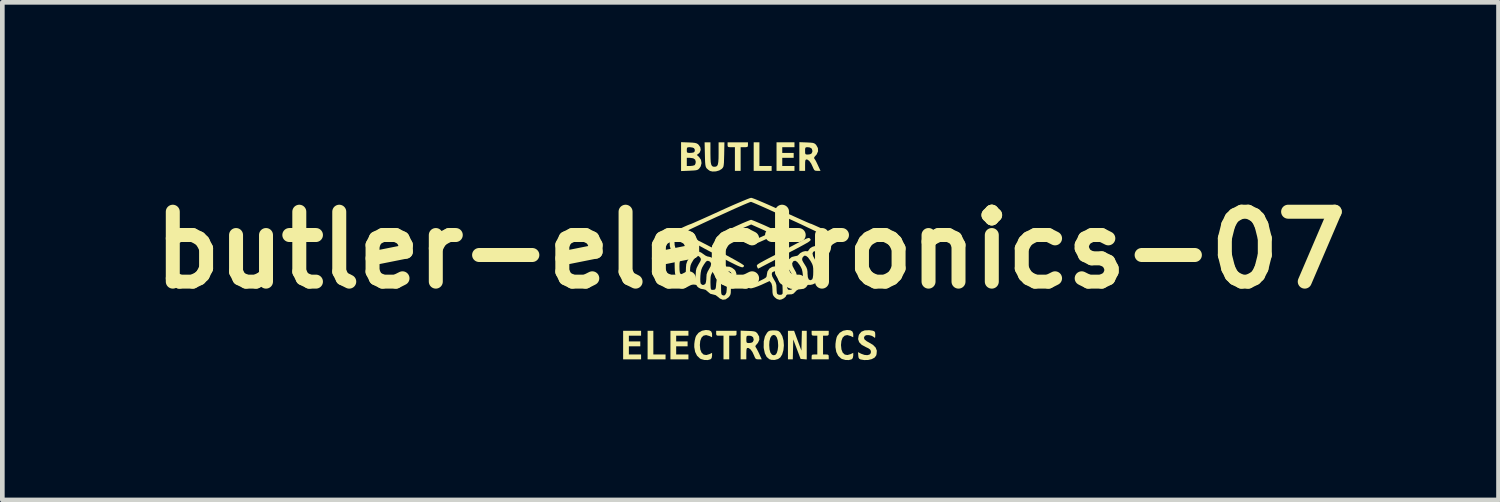
<source format=kicad_pcb>
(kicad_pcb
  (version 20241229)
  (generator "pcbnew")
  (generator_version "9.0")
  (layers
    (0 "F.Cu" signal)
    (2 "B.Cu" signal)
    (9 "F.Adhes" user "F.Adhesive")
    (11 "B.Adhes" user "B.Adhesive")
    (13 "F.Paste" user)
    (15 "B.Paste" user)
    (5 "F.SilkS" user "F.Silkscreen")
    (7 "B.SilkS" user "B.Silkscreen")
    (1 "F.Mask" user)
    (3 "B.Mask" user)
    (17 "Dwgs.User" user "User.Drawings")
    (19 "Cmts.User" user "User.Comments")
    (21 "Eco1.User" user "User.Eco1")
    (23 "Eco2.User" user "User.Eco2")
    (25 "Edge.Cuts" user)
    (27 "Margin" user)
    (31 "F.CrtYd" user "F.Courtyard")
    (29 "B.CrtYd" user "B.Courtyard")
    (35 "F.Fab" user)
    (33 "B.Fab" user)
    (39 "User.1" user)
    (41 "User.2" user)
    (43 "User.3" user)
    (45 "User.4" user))
  (footprint "butler-electronics-07"
    (layer "F.Cu")
    (at 13.05 2.314)
    (property "Reference" "butler-electronics-07" (at 0 0 0) (layer "F.SilkS") (effects (font (size 1.5 1.5) (thickness 0.3))))
    (attr board_only exclude_from_pos_files exclude_from_bom)
    (fp_poly (pts (xy -2.083 1.987) (xy -2.083 2.241) (xy -1.952 2.241) (xy -1.821 2.241) (xy -1.821 2.293) (xy -1.821 2.346) (xy -2.013 2.346) (xy -2.206 2.346) (xy -2.206 2.039) (xy -2.206 1.733) (xy -2.144 1.733) (xy -2.083 1.733)) (stroke (width 0) (type solid)) (fill yes) (layer "F.SilkS"))
    (fp_poly (pts (xy 0.193 -2.057) (xy 0.193 -1.803) (xy 0.324 -1.803) (xy 0.455 -1.803) (xy 0.455 -1.751) (xy 0.455 -1.698) (xy 0.263 -1.698) (xy 0.07 -1.698) (xy 0.07 -2.004) (xy 0.07 -2.311) (xy 0.131 -2.311) (xy 0.193 -2.311)) (stroke (width 0) (type solid)) (fill yes) (layer "F.SilkS"))
    (fp_poly (pts (xy -0.298 1.786) (xy -0.3 1.818) (xy -0.313 1.833) (xy -0.347 1.838) (xy -0.376 1.838) (xy -0.455 1.838) (xy -0.455 2.092) (xy -0.455 2.346) (xy -0.516 2.346) (xy -0.578 2.346) (xy -0.578 2.092) (xy -0.578 1.838) (xy -0.656 1.838) (xy -0.705 1.837) (xy -0.728 1.828) (xy -0.735 1.805) (xy -0.735 1.786) (xy -0.735 1.733) (xy -0.516 1.733) (xy -0.298 1.733)) (stroke (width 0) (type solid)) (fill yes) (layer "F.SilkS"))
    (fp_poly (pts (xy -0.053 -2.258) (xy -0.055 -2.226) (xy -0.068 -2.211) (xy -0.102 -2.206) (xy -0.131 -2.206) (xy -0.21 -2.206) (xy -0.21 -1.952) (xy -0.21 -1.698) (xy -0.271 -1.698) (xy -0.333 -1.698) (xy -0.333 -1.952) (xy -0.333 -2.206) (xy -0.411 -2.206) (xy -0.46 -2.207) (xy -0.483 -2.216) (xy -0.49 -2.238) (xy -0.49 -2.258) (xy -0.49 -2.311) (xy -0.271 -2.311) (xy -0.053 -2.311)) (stroke (width 0) (type solid)) (fill yes) (layer "F.SilkS"))
    (fp_poly (pts (xy 1.208 2.04) (xy 1.208 2.348) (xy 1.142 2.342) (xy 1.077 2.337) (xy 0.998 2.128) (xy 0.919 1.918) (xy 0.914 2.132) (xy 0.909 2.346) (xy 0.857 2.346) (xy 0.805 2.346) (xy 0.805 2.039) (xy 0.805 1.733) (xy 0.871 1.733) (xy 0.937 1.733) (xy 1.015 1.946) (xy 1.094 2.158) (xy 1.099 1.945) (xy 1.104 1.733) (xy 1.156 1.733) (xy 1.208 1.733)) (stroke (width 0) (type solid)) (fill yes) (layer "F.SilkS"))
    (fp_poly (pts (xy -2.346 1.786) (xy -2.346 1.838) (xy -2.477 1.838) (xy -2.608 1.838) (xy -2.608 1.899) (xy -2.608 1.961) (xy -2.486 1.961) (xy -2.363 1.961) (xy -2.363 2.013) (xy -2.363 2.066) (xy -2.486 2.066) (xy -2.608 2.066) (xy -2.608 2.153) (xy -2.608 2.241) (xy -2.477 2.241) (xy -2.346 2.241) (xy -2.346 2.293) (xy -2.346 2.346) (xy -2.538 2.346) (xy -2.731 2.346) (xy -2.731 2.039) (xy -2.731 1.733) (xy -2.538 1.733) (xy -2.346 1.733)) (stroke (width 0) (type solid)) (fill yes) (layer "F.SilkS"))
    (fp_poly (pts (xy -1.33 1.786) (xy -1.33 1.838) (xy -1.462 1.838) (xy -1.593 1.838) (xy -1.593 1.899) (xy -1.593 1.961) (xy -1.47 1.961) (xy -1.348 1.961) (xy -1.348 2.013) (xy -1.348 2.066) (xy -1.47 2.066) (xy -1.593 2.066) (xy -1.593 2.153) (xy -1.593 2.241) (xy -1.462 2.241) (xy -1.33 2.241) (xy -1.33 2.293) (xy -1.33 2.346) (xy -1.523 2.346) (xy -1.716 2.346) (xy -1.716 2.039) (xy -1.716 1.733) (xy -1.523 1.733) (xy -1.33 1.733)) (stroke (width 0) (type solid)) (fill yes) (layer "F.SilkS"))
    (fp_poly (pts (xy 0.945 -2.258) (xy 0.945 -2.206) (xy 0.814 -2.206) (xy 0.683 -2.206) (xy 0.683 -2.144) (xy 0.683 -2.083) (xy 0.805 -2.083) (xy 0.928 -2.083) (xy 0.928 -2.031) (xy 0.928 -1.978) (xy 0.805 -1.978) (xy 0.683 -1.978) (xy 0.683 -1.891) (xy 0.683 -1.803) (xy 0.814 -1.803) (xy 0.945 -1.803) (xy 0.945 -1.751) (xy 0.945 -1.698) (xy 0.753 -1.698) (xy 0.56 -1.698) (xy 0.56 -2.004) (xy 0.56 -2.311) (xy 0.753 -2.311) (xy 0.945 -2.311)) (stroke (width 0) (type solid)) (fill yes) (layer "F.SilkS"))
    (fp_poly (pts (xy 1.68 1.786) (xy 1.677 1.821) (xy 1.66 1.835) (xy 1.619 1.838) (xy 1.558 1.838) (xy 1.558 2.039) (xy 1.558 2.241) (xy 1.619 2.241) (xy 1.66 2.244) (xy 1.677 2.258) (xy 1.68 2.293) (xy 1.68 2.346) (xy 1.497 2.346) (xy 1.313 2.346) (xy 1.313 2.293) (xy 1.316 2.258) (xy 1.334 2.243) (xy 1.374 2.241) (xy 1.435 2.241) (xy 1.435 2.039) (xy 1.435 1.838) (xy 1.374 1.838) (xy 1.333 1.835) (xy 1.316 1.82) (xy 1.313 1.786) (xy 1.313 1.733) (xy 1.497 1.733) (xy 1.68 1.733)) (stroke (width 0) (type solid)) (fill yes) (layer "F.SilkS"))
    (fp_poly (pts (xy -0.886 1.722) (xy -0.843 1.745) (xy -0.824 1.787) (xy -0.823 1.812) (xy -0.823 1.872) (xy -0.882 1.844) (xy -0.951 1.825) (xy -1.008 1.838) (xy -1.05 1.88) (xy -1.077 1.95) (xy -1.085 2.039) (xy -1.076 2.134) (xy -1.048 2.202) (xy -1.005 2.243) (xy -0.947 2.253) (xy -0.882 2.235) (xy -0.823 2.206) (xy -0.823 2.267) (xy -0.832 2.319) (xy -0.857 2.345) (xy -0.917 2.361) (xy -0.99 2.359) (xy -1.061 2.339) (xy -1.082 2.328) (xy -1.145 2.269) (xy -1.186 2.187) (xy -1.205 2.083) (xy -1.204 2.014) (xy -1.195 1.944) (xy -1.18 1.879) (xy -1.166 1.842) (xy -1.114 1.776) (xy -1.04 1.732) (xy -0.957 1.716)) (stroke (width 0) (type solid)) (fill yes) (layer "F.SilkS"))
    (fp_poly (pts (xy 2.142 1.722) (xy 2.185 1.745) (xy 2.204 1.787) (xy 2.206 1.812) (xy 2.206 1.872) (xy 2.146 1.844) (xy 2.077 1.825) (xy 2.021 1.838) (xy 1.978 1.88) (xy 1.952 1.95) (xy 1.943 2.039) (xy 1.953 2.134) (xy 1.98 2.202) (xy 2.024 2.243) (xy 2.081 2.253) (xy 2.146 2.235) (xy 2.206 2.206) (xy 2.206 2.267) (xy 2.196 2.319) (xy 2.172 2.345) (xy 2.111 2.361) (xy 2.038 2.359) (xy 1.968 2.339) (xy 1.946 2.328) (xy 1.883 2.269) (xy 1.842 2.187) (xy 1.824 2.083) (xy 1.825 2.014) (xy 1.834 1.944) (xy 1.848 1.879) (xy 1.863 1.842) (xy 1.915 1.776) (xy 1.988 1.732) (xy 2.071 1.716)) (stroke (width 0) (type solid)) (fill yes) (layer "F.SilkS"))
    (fp_poly (pts (xy 1.27 -0.253) (xy 1.274 -0.248) (xy 1.283 -0.238) (xy 1.29 -0.228) (xy 1.292 -0.219) (xy 1.288 -0.208) (xy 1.274 -0.194) (xy 1.25 -0.175) (xy 1.211 -0.151) (xy 1.156 -0.12) (xy 1.083 -0.08) (xy 0.99 -0.03) (xy 0.873 0.031) (xy 0.731 0.106) (xy 0.561 0.194) (xy 0.48 0.236) (xy 0.163 0.401) (xy 0.143 0.359) (xy 0.138 0.344) (xy 0.138 0.33) (xy 0.15 0.314) (xy 0.176 0.295) (xy 0.219 0.269) (xy 0.285 0.233) (xy 0.377 0.184) (xy 0.416 0.164) (xy 0.535 0.102) (xy 0.669 0.031) (xy 0.804 -0.04) (xy 0.928 -0.105) (xy 0.98 -0.133) (xy 1.079 -0.184) (xy 1.151 -0.221) (xy 1.202 -0.245) (xy 1.236 -0.256) (xy 1.257 -0.259)) (stroke (width 0) (type solid)) (fill yes) (layer "F.SilkS"))
    (fp_poly (pts (xy -1.226 -0.249) (xy -1.19 -0.235) (xy -1.139 -0.212) (xy -1.069 -0.178) (xy -0.978 -0.131) (xy -0.862 -0.071) (xy -0.72 0.004) (xy -0.691 0.019) (xy -0.543 0.097) (xy -0.415 0.167) (xy -0.308 0.226) (xy -0.225 0.274) (xy -0.169 0.309) (xy -0.14 0.331) (xy -0.137 0.336) (xy -0.143 0.353) (xy -0.152 0.365) (xy -0.167 0.371) (xy -0.191 0.368) (xy -0.228 0.356) (xy -0.28 0.334) (xy -0.351 0.3) (xy -0.443 0.254) (xy -0.559 0.194) (xy -0.703 0.119) (xy -0.725 0.107) (xy -0.854 0.039) (xy -0.973 -0.024) (xy -1.077 -0.081) (xy -1.165 -0.129) (xy -1.232 -0.167) (xy -1.275 -0.192) (xy -1.29 -0.203) (xy -1.285 -0.229) (xy -1.274 -0.248) (xy -1.265 -0.254) (xy -1.25 -0.255)) (stroke (width 0) (type solid)) (fill yes) (layer "F.SilkS"))
    (fp_poly (pts (xy -0.858 -2.076) (xy -0.856 -1.967) (xy -0.852 -1.889) (xy -0.842 -1.837) (xy -0.826 -1.805) (xy -0.802 -1.789) (xy -0.77 -1.786) (xy -0.738 -1.79) (xy -0.714 -1.806) (xy -0.698 -1.838) (xy -0.689 -1.891) (xy -0.684 -1.97) (xy -0.683 -2.076) (xy -0.683 -2.311) (xy -0.62 -2.311) (xy -0.558 -2.311) (xy -0.563 -2.048) (xy -0.566 -1.947) (xy -0.568 -1.875) (xy -0.573 -1.825) (xy -0.579 -1.792) (xy -0.59 -1.769) (xy -0.605 -1.751) (xy -0.615 -1.74) (xy -0.669 -1.707) (xy -0.74 -1.687) (xy -0.813 -1.684) (xy -0.867 -1.696) (xy -0.904 -1.721) (xy -0.937 -1.75) (xy -0.95 -1.769) (xy -0.96 -1.794) (xy -0.967 -1.83) (xy -0.972 -1.885) (xy -0.975 -1.963) (xy -0.977 -2.05) (xy -0.983 -2.311) (xy -0.92 -2.311) (xy -0.858 -2.311)) (stroke (width 0) (type solid)) (fill yes) (layer "F.SilkS"))
    (fp_poly (pts (xy 0.559 1.727) (xy 0.597 1.736) (xy 0.627 1.758) (xy 0.64 1.772) (xy 0.684 1.847) (xy 0.71 1.942) (xy 0.718 2.046) (xy 0.708 2.149) (xy 0.681 2.241) (xy 0.642 2.304) (xy 0.592 2.339) (xy 0.524 2.358) (xy 0.453 2.357) (xy 0.404 2.342) (xy 0.348 2.293) (xy 0.309 2.215) (xy 0.287 2.112) (xy 0.284 2.086) (xy 0.285 2.039) (xy 0.403 2.039) (xy 0.41 2.133) (xy 0.43 2.203) (xy 0.463 2.246) (xy 0.499 2.258) (xy 0.534 2.25) (xy 0.56 2.219) (xy 0.57 2.197) (xy 0.585 2.144) (xy 0.594 2.076) (xy 0.595 2.039) (xy 0.588 1.946) (xy 0.567 1.876) (xy 0.535 1.833) (xy 0.499 1.821) (xy 0.458 1.837) (xy 0.427 1.884) (xy 0.408 1.957) (xy 0.403 2.039) (xy 0.285 2.039) (xy 0.286 1.959) (xy 0.311 1.853) (xy 0.358 1.773) (xy 0.358 1.773) (xy 0.387 1.744) (xy 0.42 1.73) (xy 0.469 1.725) (xy 0.499 1.724)) (stroke (width 0) (type solid)) (fill yes) (layer "F.SilkS"))
    (fp_poly (pts (xy 2.557 1.721) (xy 2.62 1.73) (xy 2.657 1.743) (xy 2.674 1.767) (xy 2.678 1.807) (xy 2.678 1.824) (xy 2.677 1.869) (xy 2.671 1.884) (xy 2.655 1.875) (xy 2.645 1.866) (xy 2.6 1.84) (xy 2.545 1.826) (xy 2.492 1.826) (xy 2.455 1.841) (xy 2.453 1.844) (xy 2.435 1.883) (xy 2.449 1.92) (xy 2.496 1.958) (xy 2.538 1.981) (xy 2.629 2.035) (xy 2.687 2.094) (xy 2.712 2.16) (xy 2.706 2.235) (xy 2.696 2.267) (xy 2.662 2.31) (xy 2.603 2.341) (xy 2.526 2.359) (xy 2.441 2.361) (xy 2.363 2.348) (xy 2.334 2.333) (xy 2.319 2.305) (xy 2.314 2.263) (xy 2.309 2.191) (xy 2.375 2.225) (xy 2.445 2.25) (xy 2.507 2.256) (xy 2.555 2.243) (xy 2.583 2.212) (xy 2.585 2.167) (xy 2.585 2.167) (xy 2.568 2.135) (xy 2.53 2.108) (xy 2.477 2.083) (xy 2.388 2.035) (xy 2.333 1.978) (xy 2.31 1.911) (xy 2.322 1.837) (xy 2.336 1.805) (xy 2.382 1.752) (xy 2.452 1.724) (xy 2.543 1.72)) (stroke (width 0) (type solid)) (fill yes) (layer "F.SilkS"))
    (fp_poly (pts (xy -0.051 1.736) (xy 0.025 1.739) (xy 0.076 1.745) (xy 0.108 1.754) (xy 0.131 1.771) (xy 0.15 1.791) (xy 0.187 1.857) (xy 0.191 1.926) (xy 0.161 1.992) (xy 0.143 2.013) (xy 0.112 2.049) (xy 0.106 2.072) (xy 0.114 2.086) (xy 0.131 2.113) (xy 0.157 2.162) (xy 0.187 2.222) (xy 0.189 2.228) (xy 0.243 2.346) (xy 0.177 2.346) (xy 0.135 2.343) (xy 0.11 2.33) (xy 0.091 2.296) (xy 0.08 2.268) (xy 0.043 2.188) (xy 0.002 2.132) (xy -0.039 2.103) (xy -0.054 2.101) (xy -0.072 2.104) (xy -0.082 2.12) (xy -0.086 2.156) (xy -0.088 2.218) (xy -0.088 2.223) (xy -0.088 2.346) (xy -0.149 2.346) (xy -0.21 2.346) (xy -0.21 2.038) (xy -0.21 1.917) (xy -0.088 1.917) (xy -0.086 1.965) (xy -0.077 1.988) (xy -0.054 1.995) (xy -0.03 1.996) (xy 0.017 1.99) (xy 0.049 1.975) (xy 0.049 1.975) (xy 0.067 1.94) (xy 0.07 1.917) (xy 0.056 1.869) (xy 0.015 1.843) (xy -0.03 1.838) (xy -0.065 1.84) (xy -0.082 1.852) (xy -0.087 1.884) (xy -0.088 1.917) (xy -0.21 1.917) (xy -0.21 1.73)) (stroke (width 0) (type solid)) (fill yes) (layer "F.SilkS"))
    (fp_poly (pts (xy 1.209 -2.308) (xy 1.286 -2.304) (xy 1.336 -2.299) (xy 1.368 -2.289) (xy 1.392 -2.273) (xy 1.411 -2.253) (xy 1.448 -2.187) (xy 1.451 -2.118) (xy 1.422 -2.052) (xy 1.403 -2.03) (xy 1.372 -1.995) (xy 1.366 -1.971) (xy 1.374 -1.957) (xy 1.392 -1.931) (xy 1.418 -1.882) (xy 1.447 -1.821) (xy 1.449 -1.816) (xy 1.504 -1.698) (xy 1.437 -1.698) (xy 1.395 -1.701) (xy 1.371 -1.714) (xy 1.352 -1.748) (xy 1.34 -1.776) (xy 1.303 -1.855) (xy 1.262 -1.912) (xy 1.222 -1.94) (xy 1.207 -1.943) (xy 1.189 -1.939) (xy 1.179 -1.924) (xy 1.174 -1.888) (xy 1.173 -1.825) (xy 1.173 -1.821) (xy 1.173 -1.698) (xy 1.112 -1.698) (xy 1.05 -1.698) (xy 1.05 -2.006) (xy 1.05 -2.127) (xy 1.173 -2.127) (xy 1.174 -2.078) (xy 1.183 -2.056) (xy 1.206 -2.049) (xy 1.231 -2.048) (xy 1.277 -2.054) (xy 1.309 -2.069) (xy 1.309 -2.069) (xy 1.327 -2.103) (xy 1.33 -2.127) (xy 1.317 -2.174) (xy 1.275 -2.2) (xy 1.231 -2.206) (xy 1.195 -2.204) (xy 1.178 -2.192) (xy 1.173 -2.16) (xy 1.173 -2.127) (xy 1.05 -2.127) (xy 1.05 -2.314)) (stroke (width 0) (type solid)) (fill yes) (layer "F.SilkS"))
    (fp_poly (pts (xy -1.323 -2.308) (xy -1.243 -2.304) (xy -1.19 -2.298) (xy -1.154 -2.288) (xy -1.127 -2.272) (xy -1.113 -2.259) (xy -1.076 -2.206) (xy -1.067 -2.148) (xy -1.086 -2.095) (xy -1.109 -2.071) (xy -1.15 -2.04) (xy -1.1 -1.993) (xy -1.06 -1.934) (xy -1.049 -1.864) (xy -1.067 -1.794) (xy -1.092 -1.757) (xy -1.113 -1.734) (xy -1.136 -1.72) (xy -1.168 -1.711) (xy -1.219 -1.706) (xy -1.294 -1.702) (xy -1.311 -1.701) (xy -1.488 -1.694) (xy -1.488 -1.978) (xy -1.365 -1.978) (xy -1.365 -1.891) (xy -1.365 -1.803) (xy -1.29 -1.803) (xy -1.239 -1.808) (xy -1.201 -1.819) (xy -1.194 -1.824) (xy -1.178 -1.856) (xy -1.173 -1.893) (xy -1.186 -1.94) (xy -1.228 -1.968) (xy -1.299 -1.978) (xy -1.303 -1.978) (xy -1.365 -1.978) (xy -1.488 -1.978) (xy -1.488 -2.004) (xy -1.488 -2.144) (xy -1.365 -2.144) (xy -1.363 -2.103) (xy -1.347 -2.086) (xy -1.309 -2.083) (xy -1.306 -2.083) (xy -1.256 -2.086) (xy -1.219 -2.093) (xy -1.218 -2.094) (xy -1.194 -2.118) (xy -1.194 -2.155) (xy -1.211 -2.185) (xy -1.242 -2.198) (xy -1.289 -2.205) (xy -1.299 -2.206) (xy -1.342 -2.204) (xy -1.361 -2.191) (xy -1.365 -2.158) (xy -1.365 -2.144) (xy -1.488 -2.144) (xy -1.488 -2.314)) (stroke (width 0) (type solid)) (fill yes) (layer "F.SilkS"))
    (fp_poly (pts (xy 0.037 -0.641) (xy 0.087 -0.622) (xy 0.156 -0.593) (xy 0.24 -0.557) (xy 0.3 -0.531) (xy 0.413 -0.479) (xy 0.494 -0.439) (xy 0.543 -0.405) (xy 0.56 -0.375) (xy 0.545 -0.345) (xy 0.498 -0.312) (xy 0.419 -0.272) (xy 0.309 -0.221) (xy 0.302 -0.218) (xy 0.215 -0.179) (xy 0.139 -0.146) (xy 0.078 -0.121) (xy 0.04 -0.108) (xy 0.031 -0.105) (xy 0.008 -0.113) (xy -0.04 -0.132) (xy -0.109 -0.161) (xy -0.192 -0.197) (xy -0.25 -0.223) (xy -0.347 -0.268) (xy -0.416 -0.301) (xy -0.462 -0.325) (xy -0.489 -0.344) (xy -0.502 -0.361) (xy -0.505 -0.377) (xy -0.336 -0.377) (xy -0.321 -0.363) (xy -0.282 -0.34) (xy -0.225 -0.311) (xy -0.159 -0.279) (xy -0.092 -0.249) (xy -0.03 -0.223) (xy 0.017 -0.206) (xy 0.043 -0.2) (xy 0.044 -0.2) (xy 0.066 -0.21) (xy 0.113 -0.23) (xy 0.177 -0.257) (xy 0.232 -0.281) (xy 0.302 -0.313) (xy 0.358 -0.34) (xy 0.393 -0.359) (xy 0.402 -0.366) (xy 0.387 -0.377) (xy 0.346 -0.398) (xy 0.285 -0.428) (xy 0.211 -0.461) (xy 0.209 -0.462) (xy 0.016 -0.548) (xy -0.16 -0.471) (xy -0.231 -0.438) (xy -0.289 -0.409) (xy -0.326 -0.387) (xy -0.336 -0.377) (xy -0.505 -0.377) (xy -0.505 -0.377) (xy -0.504 -0.384) (xy -0.498 -0.402) (xy -0.482 -0.421) (xy -0.45 -0.442) (xy -0.399 -0.47) (xy -0.323 -0.506) (xy -0.255 -0.537) (xy -0.168 -0.576) (xy -0.092 -0.608) (xy -0.032 -0.632) (xy 0.005 -0.646) (xy 0.014 -0.648)) (stroke (width 0) (type solid)) (fill yes) (layer "F.SilkS"))
    (fp_poly (pts (xy 0.043 -1.113) (xy 0.098 -1.093) (xy 0.176 -1.061) (xy 0.275 -1.019) (xy 0.39 -0.969) (xy 0.517 -0.912) (xy 0.653 -0.85) (xy 0.659 -0.847) (xy 0.794 -0.785) (xy 0.92 -0.728) (xy 1.033 -0.677) (xy 1.129 -0.634) (xy 1.205 -0.6) (xy 1.257 -0.578) (xy 1.281 -0.568) (xy 1.282 -0.568) (xy 1.31 -0.559) (xy 1.361 -0.537) (xy 1.428 -0.507) (xy 1.488 -0.48) (xy 1.583 -0.433) (xy 1.65 -0.391) (xy 1.693 -0.348) (xy 1.719 -0.297) (xy 1.73 -0.232) (xy 1.733 -0.147) (xy 1.731 -0.067) (xy 1.723 -0.011) (xy 1.707 0.032) (xy 1.695 0.053) (xy 1.679 0.082) (xy 1.669 0.114) (xy 1.663 0.155) (xy 1.661 0.214) (xy 1.661 0.298) (xy 1.662 0.326) (xy 1.663 0.416) (xy 1.662 0.478) (xy 1.658 0.52) (xy 1.65 0.548) (xy 1.636 0.571) (xy 1.622 0.588) (xy 1.583 0.623) (xy 1.537 0.637) (xy 1.507 0.638) (xy 1.456 0.643) (xy 1.436 0.659) (xy 1.435 0.661) (xy 1.42 0.688) (xy 1.383 0.716) (xy 1.334 0.738) (xy 1.288 0.748) (xy 1.274 0.748) (xy 1.239 0.747) (xy 1.225 0.752) (xy 1.215 0.772) (xy 1.19 0.802) (xy 1.146 0.831) (xy 1.084 0.84) (xy 1.082 0.84) (xy 1.028 0.846) (xy 0.989 0.868) (xy 0.962 0.897) (xy 0.924 0.935) (xy 0.885 0.95) (xy 0.842 0.952) (xy 0.79 0.955) (xy 0.77 0.97) (xy 0.77 0.973) (xy 0.755 1.003) (xy 0.718 1.035) (xy 0.67 1.059) (xy 0.626 1.068) (xy 0.568 1.051) (xy 0.524 1.017) (xy 0.495 0.984) (xy 0.48 0.951) (xy 0.473 0.905) (xy 0.472 0.855) (xy 0.467 0.775) (xy 0.452 0.721) (xy 0.442 0.705) (xy 0.411 0.666) (xy 0.239 0.745) (xy 0.162 0.777) (xy 0.091 0.803) (xy 0.034 0.819) (xy 0.009 0.823) (xy -0.032 0.815) (xy -0.094 0.796) (xy -0.167 0.768) (xy -0.204 0.752) (xy -0.358 0.68) (xy -0.389 0.719) (xy -0.41 0.762) (xy -0.419 0.829) (xy -0.42 0.861) (xy -0.422 0.923) (xy -0.432 0.964) (xy -0.453 0.997) (xy -0.471 1.017) (xy -0.532 1.059) (xy -0.594 1.067) (xy -0.656 1.04) (xy -0.688 1.012) (xy -0.746 0.968) (xy -0.804 0.953) (xy -0.86 0.939) (xy -0.91 0.898) (xy -0.913 0.895) (xy -0.96 0.855) (xy -1.009 0.841) (xy -1.021 0.84) (xy -1.067 0.831) (xy -1.113 0.807) (xy -1.146 0.777) (xy -1.155 0.755) (xy -1.171 0.747) (xy -1.211 0.742) (xy -1.236 0.742) (xy -1.291 0.74) (xy -1.328 0.724) (xy -1.359 0.693) (xy -1.412 0.651) (xy -1.464 0.639) (xy -1.534 0.618) (xy -1.572 0.589) (xy -1.594 0.564) (xy -1.608 0.538) (xy -1.617 0.502) (xy -1.622 0.448) (xy -1.625 0.369) (xy -1.625 0.347) (xy -1.523 0.347) (xy -1.521 0.428) (xy -1.515 0.481) (xy -1.501 0.51) (xy -1.478 0.523) (xy -1.453 0.525) (xy -1.412 0.516) (xy -1.394 0.497) (xy -1.388 0.467) (xy -1.295 0.467) (xy -1.292 0.554) (xy -1.281 0.61) (xy -1.261 0.64) (xy -1.234 0.648) (xy -1.206 0.636) (xy -1.194 0.627) (xy -1.192 0.623) (xy -1.076 0.623) (xy -1.074 0.683) (xy -1.067 0.719) (xy -1.066 0.721) (xy -1.036 0.748) (xy -0.997 0.748) (xy -0.965 0.722) (xy -0.963 0.719) (xy -0.955 0.688) (xy -0.858 0.688) (xy -0.856 0.757) (xy -0.853 0.811) (xy -0.847 0.843) (xy -0.845 0.847) (xy -0.82 0.855) (xy -0.788 0.854) (xy -0.765 0.849) (xy -0.751 0.835) (xy -0.742 0.804) (xy -0.742 0.802) (xy -0.63 0.802) (xy -0.629 0.879) (xy -0.626 0.927) (xy -0.618 0.954) (xy -0.606 0.966) (xy -0.6 0.968) (xy -0.572 0.976) (xy -0.566 0.978) (xy -0.553 0.969) (xy -0.535 0.953) (xy -0.516 0.913) (xy -0.508 0.842) (xy -0.508 0.825) (xy -0.503 0.753) (xy -0.485 0.696) (xy -0.455 0.642) (xy -0.417 0.574) (xy -0.404 0.524) (xy -0.414 0.488) (xy -0.424 0.476) (xy -0.462 0.454) (xy -0.503 0.466) (xy -0.547 0.511) (xy -0.573 0.55) (xy -0.601 0.598) (xy -0.618 0.639) (xy -0.626 0.683) (xy -0.63 0.743) (xy -0.63 0.802) (xy -0.742 0.802) (xy -0.736 0.749) (xy -0.735 0.726) (xy -0.725 0.648) (xy -0.707 0.586) (xy -0.675 0.526) (xy -0.667 0.514) (xy -0.635 0.46) (xy -0.622 0.425) (xy -0.624 0.399) (xy -0.629 0.387) (xy -0.661 0.353) (xy -0.7 0.352) (xy -0.745 0.384) (xy -0.794 0.446) (xy -0.826 0.496) (xy -0.845 0.536) (xy -0.854 0.579) (xy -0.857 0.636) (xy -0.858 0.688) (xy -0.955 0.688) (xy -0.953 0.682) (xy -0.946 0.626) (xy -0.945 0.592) (xy -0.94 0.522) (xy -0.918 0.463) (xy -0.893 0.42) (xy -0.853 0.347) (xy -0.843 0.291) (xy -0.862 0.254) (xy -0.874 0.246) (xy -0.907 0.232) (xy -0.934 0.234) (xy -0.96 0.258) (xy -0.995 0.307) (xy -1.003 0.32) (xy -1.035 0.375) (xy -1.055 0.427) (xy -1.067 0.489) (xy -1.073 0.551) (xy -1.076 0.623) (xy -1.192 0.623) (xy -1.182 0.599) (xy -1.175 0.548) (xy -1.173 0.506) (xy -1.169 0.442) (xy -1.155 0.388) (xy -1.125 0.329) (xy -1.112 0.305) (xy -1.079 0.249) (xy -1.064 0.214) (xy -1.064 0.189) (xy -1.074 0.167) (xy -1.107 0.132) (xy -1.141 0.127) (xy -1.179 0.154) (xy -1.224 0.213) (xy -1.231 0.225) (xy -1.264 0.281) (xy -1.283 0.326) (xy -1.292 0.373) (xy -1.295 0.436) (xy -1.295 0.467) (xy -1.388 0.467) (xy -1.387 0.465) (xy -1.384 0.412) (xy -1.383 0.376) (xy -1.377 0.304) (xy -1.357 0.244) (xy -1.33 0.198) (xy -1.294 0.133) (xy -1.28 0.087) (xy -1.287 0.053) (xy -1.299 0.039) (xy -1.337 0.016) (xy -1.377 0.025) (xy -1.421 0.066) (xy -1.459 0.121) (xy -1.494 0.181) (xy -1.513 0.23) (xy -1.521 0.283) (xy -1.523 0.347) (xy -1.625 0.347) (xy -1.626 0.291) (xy -1.624 0.225) (xy -1.618 0.179) (xy -1.614 0.165) (xy -1.609 0.139) (xy -1.626 0.109) (xy -1.654 0.078) (xy -1.703 0.005) (xy -1.73 -0.086) (xy -1.732 -0.178) (xy -1.629 -0.178) (xy -1.626 -0.107) (xy -1.609 -0.042) (xy -1.592 -0.011) (xy -1.557 0.025) (xy -1.527 0.03) (xy -1.495 0.004) (xy -1.484 -0.01) (xy -1.426 -0.059) (xy -1.358 -0.078) (xy -1.289 -0.067) (xy -1.227 -0.026) (xy -1.21 -0.007) (xy -1.162 0.029) (xy -1.123 0.035) (xy -1.062 0.051) (xy -1.009 0.088) (xy -0.964 0.12) (xy -0.923 0.138) (xy -0.911 0.14) (xy -0.863 0.15) (xy -0.812 0.173) (xy -0.774 0.203) (xy -0.764 0.218) (xy -0.741 0.238) (xy -0.709 0.245) (xy -0.65 0.256) (xy -0.592 0.284) (xy -0.55 0.322) (xy -0.543 0.331) (xy -0.515 0.356) (xy -0.492 0.356) (xy -0.447 0.359) (xy -0.393 0.383) (xy -0.344 0.42) (xy -0.322 0.447) (xy -0.301 0.505) (xy -0.302 0.545) (xy -0.304 0.572) (xy -0.298 0.592) (xy -0.278 0.611) (xy -0.238 0.634) (xy -0.172 0.666) (xy -0.168 0.668) (xy -0.092 0.703) (xy -0.032 0.722) (xy 0.022 0.726) (xy 0.08 0.714) (xy 0.151 0.686) (xy 0.214 0.656) (xy 0.281 0.623) (xy 0.321 0.599) (xy 0.342 0.578) (xy 0.349 0.555) (xy 0.35 0.542) (xy 0.355 0.514) (xy 0.457 0.514) (xy 0.469 0.568) (xy 0.506 0.636) (xy 0.507 0.637) (xy 0.541 0.696) (xy 0.557 0.751) (xy 0.56 0.811) (xy 0.562 0.87) (xy 0.567 0.918) (xy 0.571 0.935) (xy 0.594 0.955) (xy 0.632 0.962) (xy 0.669 0.957) (xy 0.688 0.941) (xy 0.691 0.914) (xy 0.691 0.862) (xy 0.689 0.796) (xy 0.688 0.779) (xy 0.681 0.702) (xy 0.67 0.646) (xy 0.65 0.598) (xy 0.619 0.546) (xy 0.583 0.494) (xy 0.555 0.467) (xy 0.529 0.458) (xy 0.511 0.458) (xy 0.471 0.476) (xy 0.457 0.514) (xy 0.355 0.514) (xy 0.365 0.461) (xy 0.395 0.416) (xy 0.668 0.416) (xy 0.682 0.457) (xy 0.717 0.516) (xy 0.726 0.53) (xy 0.762 0.588) (xy 0.781 0.637) (xy 0.787 0.693) (xy 0.788 0.728) (xy 0.789 0.796) (xy 0.797 0.835) (xy 0.814 0.853) (xy 0.845 0.855) (xy 0.857 0.854) (xy 0.878 0.85) (xy 0.892 0.839) (xy 0.9 0.814) (xy 0.904 0.769) (xy 0.907 0.697) (xy 0.908 0.622) (xy 0.906 0.571) (xy 0.897 0.533) (xy 0.878 0.496) (xy 0.848 0.448) (xy 0.805 0.387) (xy 0.772 0.353) (xy 0.744 0.343) (xy 0.714 0.354) (xy 0.702 0.361) (xy 0.675 0.386) (xy 0.668 0.416) (xy 0.395 0.416) (xy 0.406 0.399) (xy 0.468 0.361) (xy 0.532 0.35) (xy 0.575 0.338) (xy 0.599 0.318) (xy 0.632 0.288) (xy 0.895 0.288) (xy 0.904 0.343) (xy 0.941 0.414) (xy 0.945 0.42) (xy 0.98 0.483) (xy 0.995 0.543) (xy 0.998 0.592) (xy 1.001 0.652) (xy 1.01 0.701) (xy 1.016 0.719) (xy 1.047 0.748) (xy 1.086 0.749) (xy 1.118 0.722) (xy 1.12 0.719) (xy 1.128 0.681) (xy 1.13 0.617) (xy 1.126 0.548) (xy 1.117 0.47) (xy 1.104 0.413) (xy 1.08 0.362) (xy 1.054 0.319) (xy 1.007 0.259) (xy 0.968 0.231) (xy 0.933 0.234) (xy 0.914 0.249) (xy 0.895 0.288) (xy 0.632 0.288) (xy 0.652 0.271) (xy 0.721 0.247) (xy 0.743 0.245) (xy 0.791 0.229) (xy 0.834 0.193) (xy 1.109 0.193) (xy 1.113 0.222) (xy 1.133 0.261) (xy 1.161 0.306) (xy 1.198 0.366) (xy 1.217 0.414) (xy 1.225 0.468) (xy 1.225 0.504) (xy 1.232 0.583) (xy 1.251 0.631) (xy 1.284 0.648) (xy 1.287 0.648) (xy 1.315 0.636) (xy 1.327 0.627) (xy 1.338 0.597) (xy 1.346 0.54) (xy 1.348 0.467) (xy 1.347 0.394) (xy 1.34 0.343) (xy 1.325 0.299) (xy 1.298 0.249) (xy 1.284 0.226) (xy 1.235 0.158) (xy 1.191 0.124) (xy 1.153 0.123) (xy 1.122 0.156) (xy 1.117 0.166) (xy 1.109 0.193) (xy 0.834 0.193) (xy 0.836 0.192) (xy 0.887 0.15) (xy 0.947 0.135) (xy 0.951 0.134) (xy 1.006 0.123) (xy 1.035 0.1) (xy 1.061 0.073) (xy 1.332 0.073) (xy 1.344 0.129) (xy 1.383 0.202) (xy 1.391 0.213) (xy 1.426 0.271) (xy 1.445 0.319) (xy 1.452 0.374) (xy 1.453 0.416) (xy 1.454 0.475) (xy 1.458 0.508) (xy 1.47 0.522) (xy 1.493 0.525) (xy 1.504 0.525) (xy 1.546 0.516) (xy 1.565 0.497) (xy 1.57 0.467) (xy 1.574 0.413) (xy 1.575 0.347) (xy 1.575 0.346) (xy 1.574 0.276) (xy 1.565 0.225) (xy 1.546 0.179) (xy 1.511 0.121) (xy 1.51 0.119) (xy 1.473 0.065) (xy 1.446 0.034) (xy 1.421 0.022) (xy 1.392 0.021) (xy 1.348 0.037) (xy 1.332 0.073) (xy 1.061 0.073) (xy 1.071 0.064) (xy 1.123 0.036) (xy 1.177 0.023) (xy 1.2 0.025) (xy 1.234 0.025) (xy 1.252 -0.000157) (xy 1.279 -0.037) (xy 1.328 -0.068) (xy 1.387 -0.086) (xy 1.411 -0.088) (xy 1.463 -0.071) (xy 1.515 -0.027) (xy 1.55 0.008) (xy 1.571 0.021) (xy 1.588 0.014) (xy 1.6 0.002) (xy 1.618 -0.036) (xy 1.628 -0.096) (xy 1.63 -0.164) (xy 1.624 -0.23) (xy 1.611 -0.281) (xy 1.597 -0.302) (xy 1.574 -0.316) (xy 1.523 -0.342) (xy 1.448 -0.379) (xy 1.353 -0.425) (xy 1.242 -0.477) (xy 1.118 -0.536) (xy 0.985 -0.598) (xy 0.847 -0.661) (xy 0.709 -0.725) (xy 0.572 -0.788) (xy 0.442 -0.847) (xy 0.323 -0.901) (xy 0.217 -0.948) (xy 0.129 -0.986) (xy 0.063 -1.014) (xy 0.022 -1.03) (xy 0.011 -1.033) (xy -0.013 -1.026) (xy -0.065 -1.005) (xy -0.141 -0.973) (xy -0.237 -0.931) (xy -0.35 -0.881) (xy -0.475 -0.824) (xy -0.609 -0.763) (xy -0.748 -0.7) (xy -0.888 -0.635) (xy -1.026 -0.571) (xy -1.157 -0.509) (xy -1.278 -0.452) (xy -1.385 -0.4) (xy -1.474 -0.357) (xy -1.541 -0.322) (xy -1.583 -0.299) (xy -1.596 -0.291) (xy -1.619 -0.244) (xy -1.629 -0.178) (xy -1.732 -0.178) (xy -1.732 -0.186) (xy -1.709 -0.286) (xy -1.699 -0.31) (xy -1.681 -0.344) (xy -1.659 -0.372) (xy -1.625 -0.398) (xy -1.573 -0.427) (xy -1.497 -0.464) (xy -1.424 -0.498) (xy -1.361 -0.526) (xy -1.315 -0.545) (xy -1.298 -0.551) (xy -1.275 -0.559) (xy -1.224 -0.581) (xy -1.149 -0.614) (xy -1.054 -0.656) (xy -0.94 -0.707) (xy -0.814 -0.764) (xy -0.677 -0.826) (xy -0.65 -0.839) (xy -0.511 -0.902) (xy -0.381 -0.96) (xy -0.262 -1.011) (xy -0.16 -1.054) (xy -0.077 -1.088) (xy -0.018 -1.111) (xy 0.014 -1.12) (xy 0.016 -1.12)) (stroke (width 0) (type solid)) (fill yes) (layer "F.SilkS")))
  (gr_rect
    (start -3 -3)
    (end 29.1 7.676)
    (stroke (width 0.1) (type default))
    (fill no)
    (layer "Edge.Cuts")))
</source>
